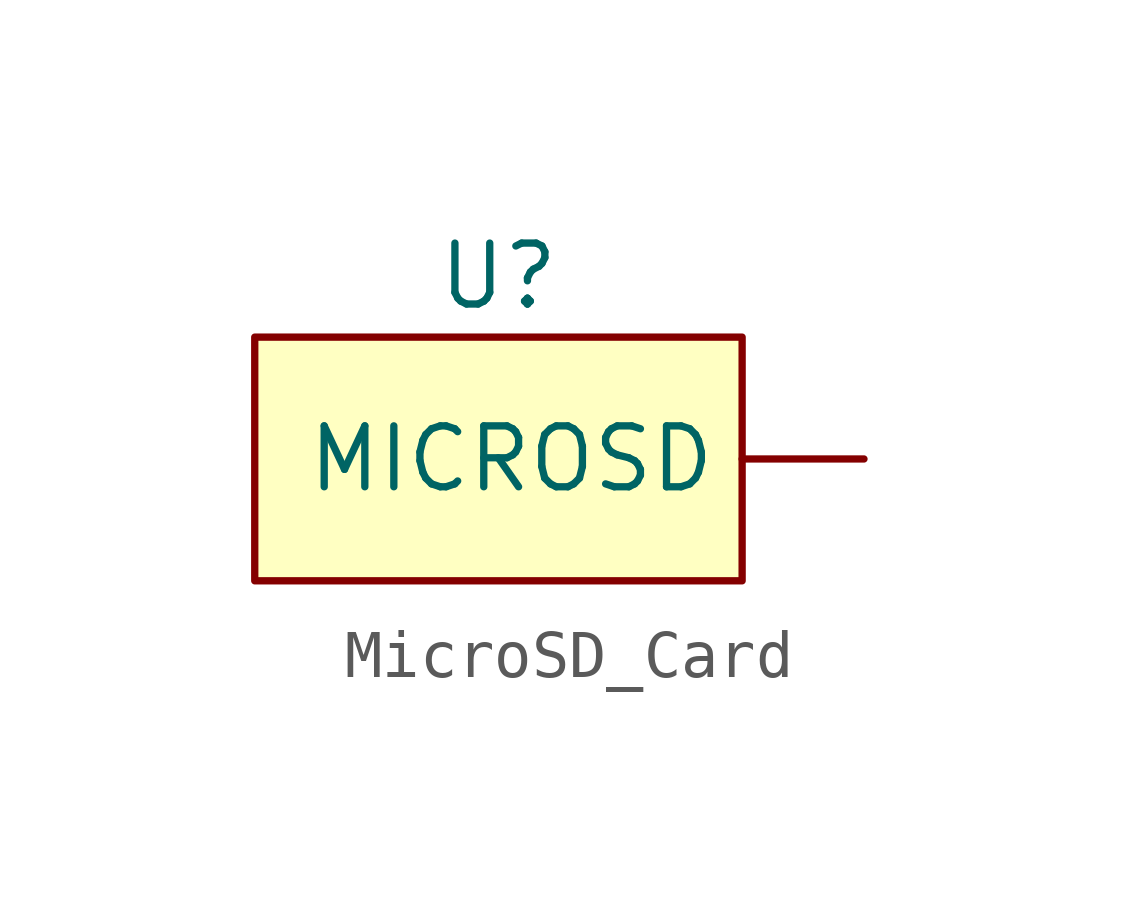
<source format=kicad_sym>
(kicad_symbol_lib
  (version 20220914)
  (generator kicad_symbol_editor)
  (symbol "MicroSD_Card"
    (property "Reference" "U"
      (at 0 0 0)
      (effects (font (size 1.27 1.27))))
    (property "Value" ""
      (at 0 0 0)
      (effects (font (size 1.27 1.27))))
    (symbol "MicroSD_Card_1_1"
      (rectangle (start -5.08 -1.27) (end 5.08 -6.35) (stroke (width 0) (type default)) (fill (type background)))
      (pin bidirectional line (at 7.62 -3.81 180) (length 2.54) (name "MICROSD" (effects (font (size 1.27 1.27)))) (number "" (effects (font (size 1.27 1.27))))))))
</source>
